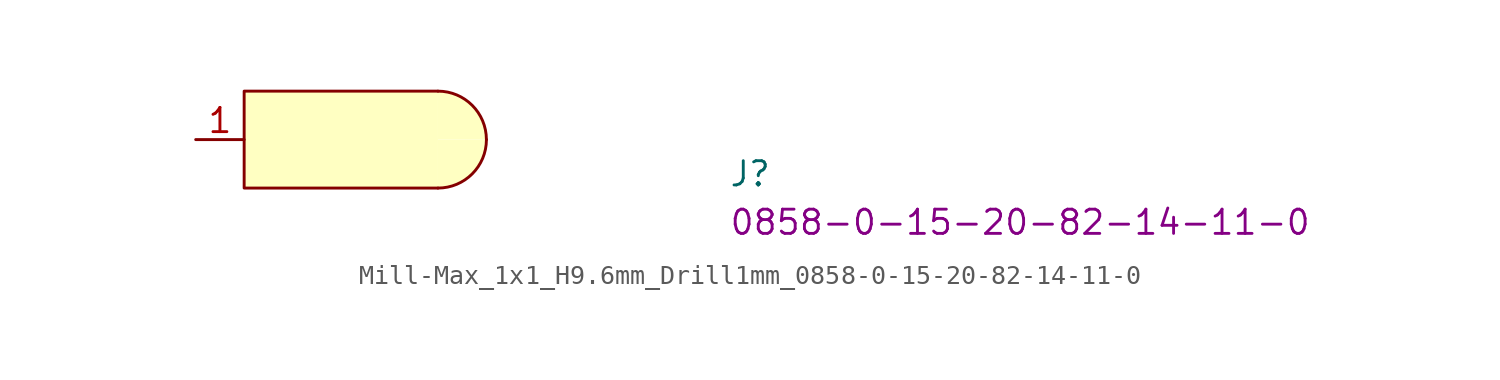
<source format=kicad_sym>
(kicad_symbol_lib
  (version 20220914)
  (generator kicad_symbol_editor)
  (symbol "Mill-Max_1x1_H9.6mm_Drill1mm_0858-0-15-20-82-14-11-0"
    (property "Reference" "J"
      (at 27.94 -2.54 0)
      (effects (font (size 1.27 1.27) (thickness 0.15)) (justify left bottom)))
    (property "MPN" "0858-0-15-20-82-14-11-0"
      (at 27.94 -5.08 0)
      (effects (font (size 1.27 1.27) (thickness 0.15)) (justify left bottom)))
    (symbol "Mill-Max_1x1_H9.6mm_Drill1mm_0858-0-15-20-82-14-11-0_0_1"
      (polyline (pts (xy 12.7 -2.54) (xy 2.54 -2.54) (xy 2.54 2.54) (xy 12.7 2.54)) (stroke (width 0) (type default)) (fill (type background)))
      (arc (start 12.7 -2.54) (mid 14.4961 -1.7961) (end 15.24 0) (stroke (width 0) (type default)) (fill (type background)))
      (arc (start 15.24 0) (mid 14.4961 1.7961) (end 12.7 2.54) (stroke (width 0) (type default)) (fill (type background))))
    (symbol "Mill-Max_1x1_H9.6mm_Drill1mm_0858-0-15-20-82-14-11-0_1_1"
      (pin passive line (at 0 0 0) (length 2.54) (name "~" (effects (font (size 1.27 1.27)))) (number "1" (effects (font (size 1.27 1.27))))))))
</source>
